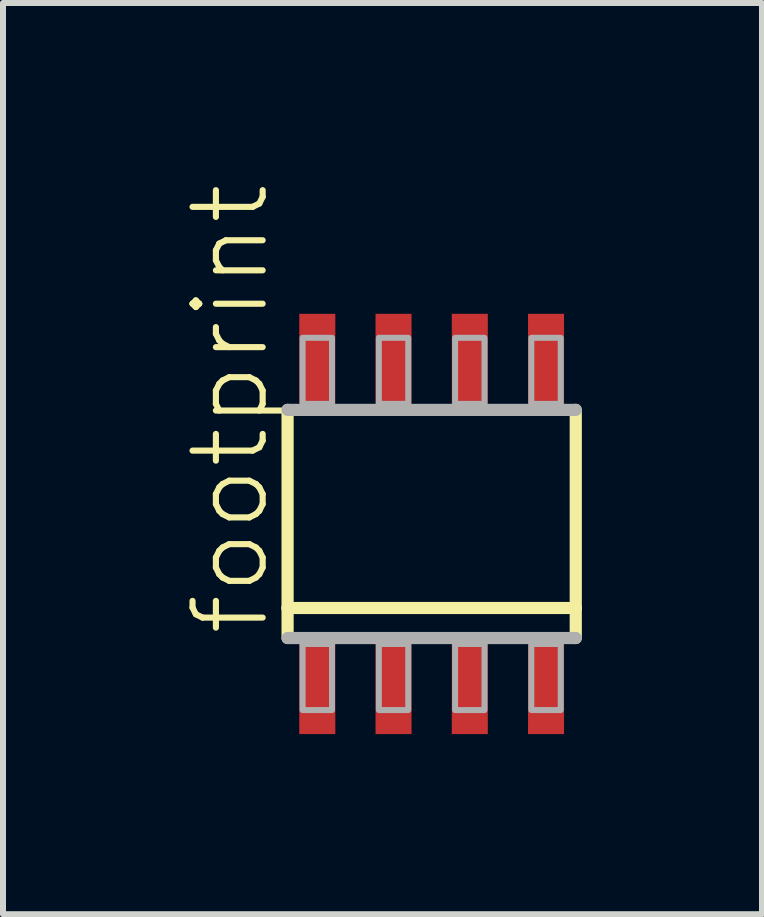
<source format=kicad_pcb>
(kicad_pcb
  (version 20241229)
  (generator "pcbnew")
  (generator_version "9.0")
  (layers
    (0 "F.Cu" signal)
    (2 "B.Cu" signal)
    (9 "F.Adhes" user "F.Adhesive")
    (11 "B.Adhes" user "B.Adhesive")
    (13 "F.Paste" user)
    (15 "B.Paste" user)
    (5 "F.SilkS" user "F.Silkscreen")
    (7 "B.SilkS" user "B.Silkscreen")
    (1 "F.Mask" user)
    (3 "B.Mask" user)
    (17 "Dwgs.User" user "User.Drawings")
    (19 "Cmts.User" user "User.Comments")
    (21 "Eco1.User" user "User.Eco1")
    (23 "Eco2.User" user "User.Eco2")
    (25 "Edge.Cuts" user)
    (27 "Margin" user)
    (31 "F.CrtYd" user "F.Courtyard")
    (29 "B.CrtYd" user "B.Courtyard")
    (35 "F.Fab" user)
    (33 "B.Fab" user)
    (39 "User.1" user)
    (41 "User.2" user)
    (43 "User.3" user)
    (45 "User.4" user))
  (footprint "footprint"
    (layer "F.Cu")
    (at 4.14 5.677)
    (property "Reference" "footprint" (at -2.667 1.905 90) (layer "F.SilkS") (effects (font (size 1.168 1.168) (thickness 0.102)) (justify left bottom)))
    (fp_line (start -2.4 1.4) (end -2.4 -1.9) (stroke (width 0.203) (type solid)) (layer "F.SilkS"))
    (fp_line (start -2.4 1.9) (end -2.4 1.4) (stroke (width 0.203) (type solid)) (layer "F.SilkS"))
    (fp_line (start 2.4 -1.9) (end 2.4 1.4) (stroke (width 0.203) (type solid)) (layer "F.SilkS"))
    (fp_line (start 2.4 1.4) (end -2.4 1.4) (stroke (width 0.203) (type solid)) (layer "F.SilkS"))
    (fp_line (start 2.4 1.4) (end 2.4 1.9) (stroke (width 0.203) (type solid)) (layer "F.SilkS"))
    (fp_line (start -2.4 -1.9) (end 2.4 -1.9) (stroke (width 0.203) (type solid)) (layer "F.Fab"))
    (fp_line (start 2.4 1.9) (end -2.4 1.9) (stroke (width 0.203) (type solid)) (layer "F.Fab"))
    (fp_poly (pts (xy -2.15 -2) (xy -1.66 -2) (xy -1.66 -3.1) (xy -2.15 -3.1)) (stroke (width 0.1) (type solid)) (fill no) (layer "F.Fab"))
    (fp_poly (pts (xy -2.15 3.1) (xy -1.66 3.1) (xy -1.66 2) (xy -2.15 2)) (stroke (width 0.1) (type solid)) (fill no) (layer "F.Fab"))
    (fp_poly (pts (xy -0.88 -2) (xy -0.39 -2) (xy -0.39 -3.1) (xy -0.88 -3.1)) (stroke (width 0.1) (type solid)) (fill no) (layer "F.Fab"))
    (fp_poly (pts (xy -0.88 3.1) (xy -0.39 3.1) (xy -0.39 2) (xy -0.88 2)) (stroke (width 0.1) (type solid)) (fill no) (layer "F.Fab"))
    (fp_poly (pts (xy 0.39 -2) (xy 0.88 -2) (xy 0.88 -3.1) (xy 0.39 -3.1)) (stroke (width 0.1) (type solid)) (fill no) (layer "F.Fab"))
    (fp_poly (pts (xy 0.39 3.1) (xy 0.88 3.1) (xy 0.88 2) (xy 0.39 2)) (stroke (width 0.1) (type solid)) (fill no) (layer "F.Fab"))
    (fp_poly (pts (xy 1.66 -2) (xy 2.15 -2) (xy 2.15 -3.1) (xy 1.66 -3.1)) (stroke (width 0.1) (type solid)) (fill no) (layer "F.Fab"))
    (fp_poly (pts (xy 1.66 3.1) (xy 2.15 3.1) (xy 2.15 2) (xy 1.66 2)) (stroke (width 0.1) (type solid)) (fill no) (layer "F.Fab"))
    (pad "1" smd rect (at -1.905 2.75) (size 0.6 1.5) (layers "F.Cu" "F.Mask" "F.Paste"))
    (pad "2" smd rect (at -0.635 2.75) (size 0.6 1.5) (layers "F.Cu" "F.Mask" "F.Paste"))
    (pad "3" smd rect (at 0.635 2.75) (size 0.6 1.5) (layers "F.Cu" "F.Mask" "F.Paste"))
    (pad "4" smd rect (at 1.905 2.75) (size 0.6 1.5) (layers "F.Cu" "F.Mask" "F.Paste"))
    (pad "5" smd rect (at 1.905 -2.75) (size 0.6 1.5) (layers "F.Cu" "F.Mask" "F.Paste"))
    (pad "6" smd rect (at 0.635 -2.75) (size 0.6 1.5) (layers "F.Cu" "F.Mask" "F.Paste"))
    (pad "7" smd rect (at -0.635 -2.75) (size 0.6 1.5) (layers "F.Cu" "F.Mask" "F.Paste"))
    (pad "8" smd rect (at -1.905 -2.75) (size 0.6 1.5) (layers "F.Cu" "F.Mask" "F.Paste")))
  (gr_rect
    (start -3 -3)
    (end 9.642 12.177)
    (stroke (width 0.1) (type default))
    (fill no)
    (layer "Edge.Cuts")))
</source>
